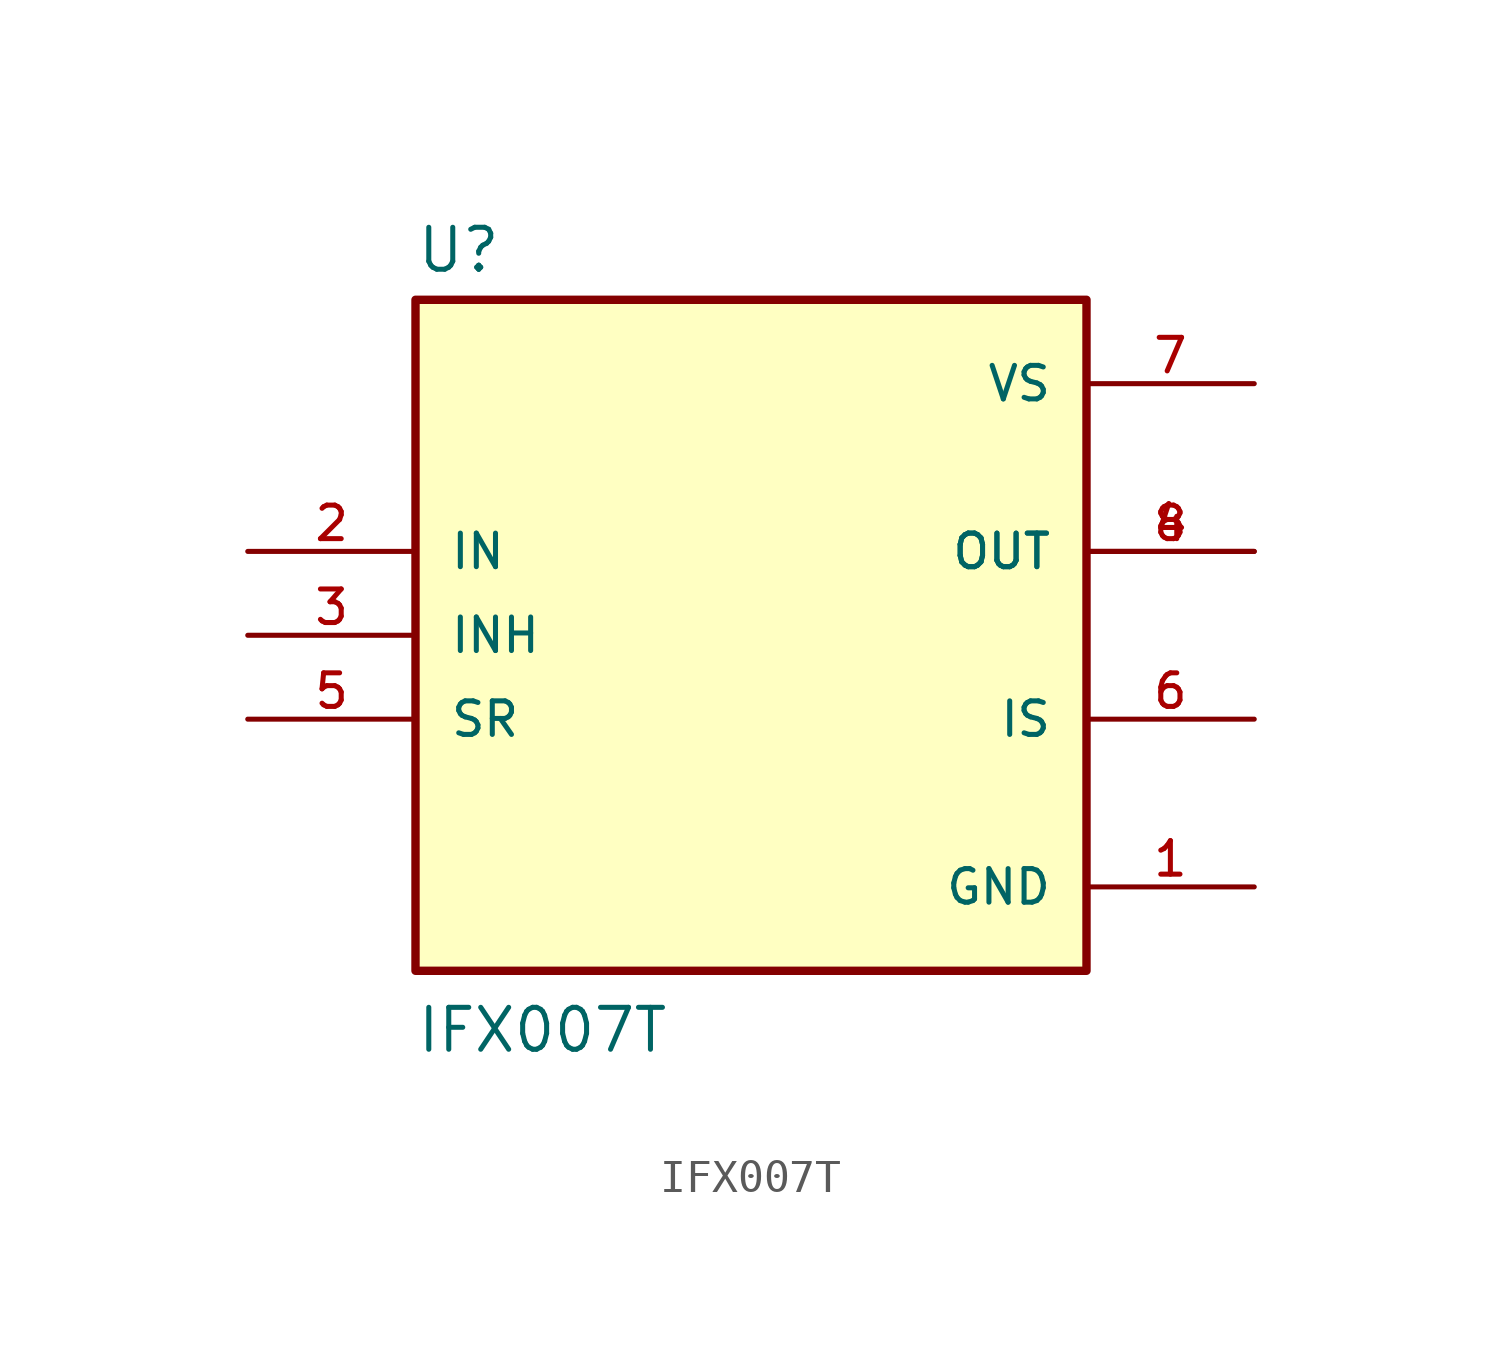
<source format=kicad_sym>
(kicad_symbol_lib
  (version 20231120)
  (generator "kicad_symbol_editor")
  (generator_version "8.0")
  (symbol "IFX007T"
    (pin_names
      (offset 1.016))
    (property "Reference" "U"
      (at -10.16 10.922 0)
      (effects (font (size 1.27 1.27)) (justify left bottom)))
    (property "Value" "IFX007T"
      (at -10.16 -12.7 0)
      (effects (font (size 1.27 1.27)) (justify left bottom)))
    (symbol "IFX007T_0_0"
      (rectangle (start -10.16 -10.16) (end 10.16 10.16) (stroke (width 0.254) (type default)) (fill (type background)))
      (pin power_in line (at 15.24 -7.62 180) (length 5.08) (name "GND" (effects (font (size 1.016 1.016)))) (number "1" (effects (font (size 1.016 1.016)))))
      (pin input line (at -15.24 2.54 0) (length 5.08) (name "IN" (effects (font (size 1.016 1.016)))) (number "2" (effects (font (size 1.016 1.016)))))
      (pin input line (at -15.24 0 0) (length 5.08) (name "INH" (effects (font (size 1.016 1.016)))) (number "3" (effects (font (size 1.016 1.016)))))
      (pin output line (at 15.24 2.54 180) (length 5.08) (name "OUT" (effects (font (size 1.016 1.016)))) (number "4" (effects (font (size 1.016 1.016)))))
      (pin input line (at -15.24 -2.54 0) (length 5.08) (name "SR" (effects (font (size 1.016 1.016)))) (number "5" (effects (font (size 1.016 1.016)))))
      (pin output line (at 15.24 -2.54 180) (length 5.08) (name "IS" (effects (font (size 1.016 1.016)))) (number "6" (effects (font (size 1.016 1.016)))))
      (pin power_in line (at 15.24 7.62 180) (length 5.08) (name "VS" (effects (font (size 1.016 1.016)))) (number "7" (effects (font (size 1.016 1.016)))))
      (pin output line (at 15.24 2.54 180) (length 5.08) (name "OUT" (effects (font (size 1.016 1.016)))) (number "8" (effects (font (size 1.016 1.016))))))))
</source>
